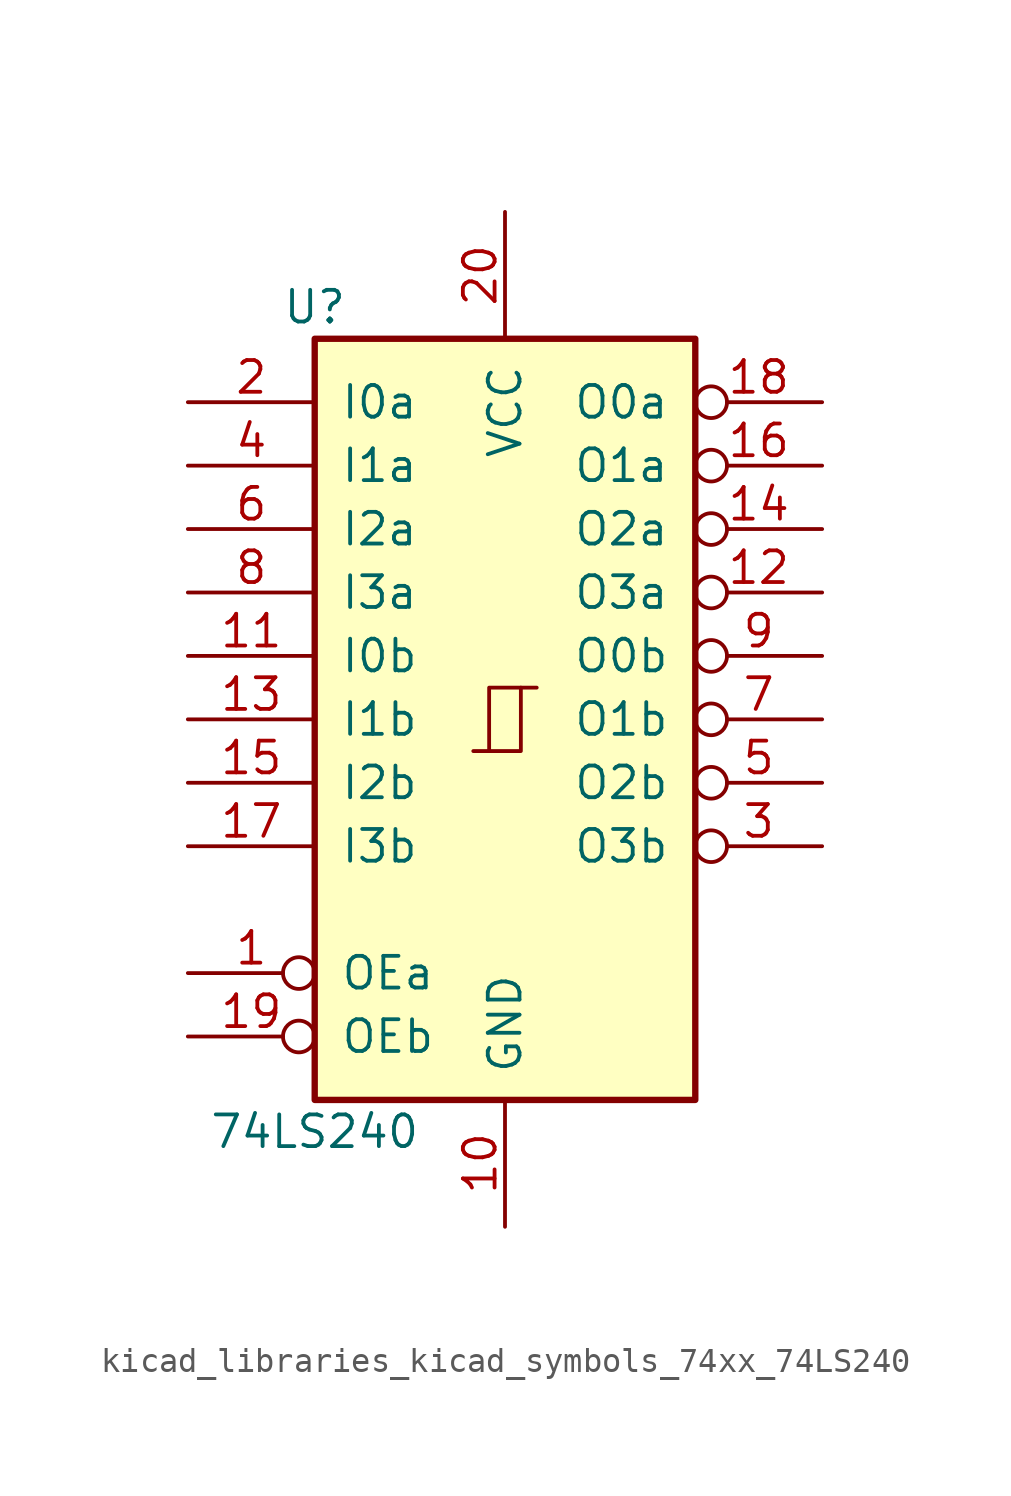
<source format=kicad_sym>
(kicad_symbol_lib
  (version 20220914)
  (generator kicad_symbol_editor)
  (symbol "kicad_libraries_kicad_symbols_74xx_74LS240"
    (pin_names
      (offset 1.016))
    (property "Reference" "U"
      (at -7.62 16.51 0)
      (effects (font (size 1.27 1.27))))
    (property "Value" "74LS240"
      (at -7.62 -16.51 0)
      (effects (font (size 1.27 1.27))))
    (symbol "kicad_libraries_kicad_symbols_74xx_74LS240_1_0"
      (polyline (pts (xy -0.635 -1.27) (xy -0.635 1.27) (xy 0.635 1.27)) (stroke (width 0) (type default)) (fill (type none)))
      (polyline (pts (xy -1.27 -1.27) (xy 0.635 -1.27) (xy 0.635 1.27) (xy 1.27 1.27)) (stroke (width 0) (type default)) (fill (type none)))
      (pin input inverted (at -12.7 -10.16 0) (length 5.08) (name "OEa" (effects (font (size 1.27 1.27)))) (number "1" (effects (font (size 1.27 1.27)))))
      (pin power_in line (at 0 -20.32 90) (length 5.08) (name "GND" (effects (font (size 1.27 1.27)))) (number "10" (effects (font (size 1.27 1.27)))))
      (pin input line (at -12.7 2.54 0) (length 5.08) (name "I0b" (effects (font (size 1.27 1.27)))) (number "11" (effects (font (size 1.27 1.27)))))
      (pin tri_state inverted (at 12.7 5.08 180) (length 5.08) (name "O3a" (effects (font (size 1.27 1.27)))) (number "12" (effects (font (size 1.27 1.27)))))
      (pin input line (at -12.7 0 0) (length 5.08) (name "I1b" (effects (font (size 1.27 1.27)))) (number "13" (effects (font (size 1.27 1.27)))))
      (pin tri_state inverted (at 12.7 7.62 180) (length 5.08) (name "O2a" (effects (font (size 1.27 1.27)))) (number "14" (effects (font (size 1.27 1.27)))))
      (pin input line (at -12.7 -2.54 0) (length 5.08) (name "I2b" (effects (font (size 1.27 1.27)))) (number "15" (effects (font (size 1.27 1.27)))))
      (pin tri_state inverted (at 12.7 10.16 180) (length 5.08) (name "O1a" (effects (font (size 1.27 1.27)))) (number "16" (effects (font (size 1.27 1.27)))))
      (pin input line (at -12.7 -5.08 0) (length 5.08) (name "I3b" (effects (font (size 1.27 1.27)))) (number "17" (effects (font (size 1.27 1.27)))))
      (pin tri_state inverted (at 12.7 12.7 180) (length 5.08) (name "O0a" (effects (font (size 1.27 1.27)))) (number "18" (effects (font (size 1.27 1.27)))))
      (pin input inverted (at -12.7 -12.7 0) (length 5.08) (name "OEb" (effects (font (size 1.27 1.27)))) (number "19" (effects (font (size 1.27 1.27)))))
      (pin input line (at -12.7 12.7 0) (length 5.08) (name "I0a" (effects (font (size 1.27 1.27)))) (number "2" (effects (font (size 1.27 1.27)))))
      (pin power_in line (at 0 20.32 270) (length 5.08) (name "VCC" (effects (font (size 1.27 1.27)))) (number "20" (effects (font (size 1.27 1.27)))))
      (pin tri_state inverted (at 12.7 -5.08 180) (length 5.08) (name "O3b" (effects (font (size 1.27 1.27)))) (number "3" (effects (font (size 1.27 1.27)))))
      (pin input line (at -12.7 10.16 0) (length 5.08) (name "I1a" (effects (font (size 1.27 1.27)))) (number "4" (effects (font (size 1.27 1.27)))))
      (pin tri_state inverted (at 12.7 -2.54 180) (length 5.08) (name "O2b" (effects (font (size 1.27 1.27)))) (number "5" (effects (font (size 1.27 1.27)))))
      (pin input line (at -12.7 7.62 0) (length 5.08) (name "I2a" (effects (font (size 1.27 1.27)))) (number "6" (effects (font (size 1.27 1.27)))))
      (pin tri_state inverted (at 12.7 0 180) (length 5.08) (name "O1b" (effects (font (size 1.27 1.27)))) (number "7" (effects (font (size 1.27 1.27)))))
      (pin input line (at -12.7 5.08 0) (length 5.08) (name "I3a" (effects (font (size 1.27 1.27)))) (number "8" (effects (font (size 1.27 1.27)))))
      (pin tri_state inverted (at 12.7 2.54 180) (length 5.08) (name "O0b" (effects (font (size 1.27 1.27)))) (number "9" (effects (font (size 1.27 1.27))))))
    (symbol "kicad_libraries_kicad_symbols_74xx_74LS240_1_1"
      (rectangle (start -7.62 15.24) (end 7.62 -15.24) (stroke (width 0.254) (type default)) (fill (type background))))))
</source>
